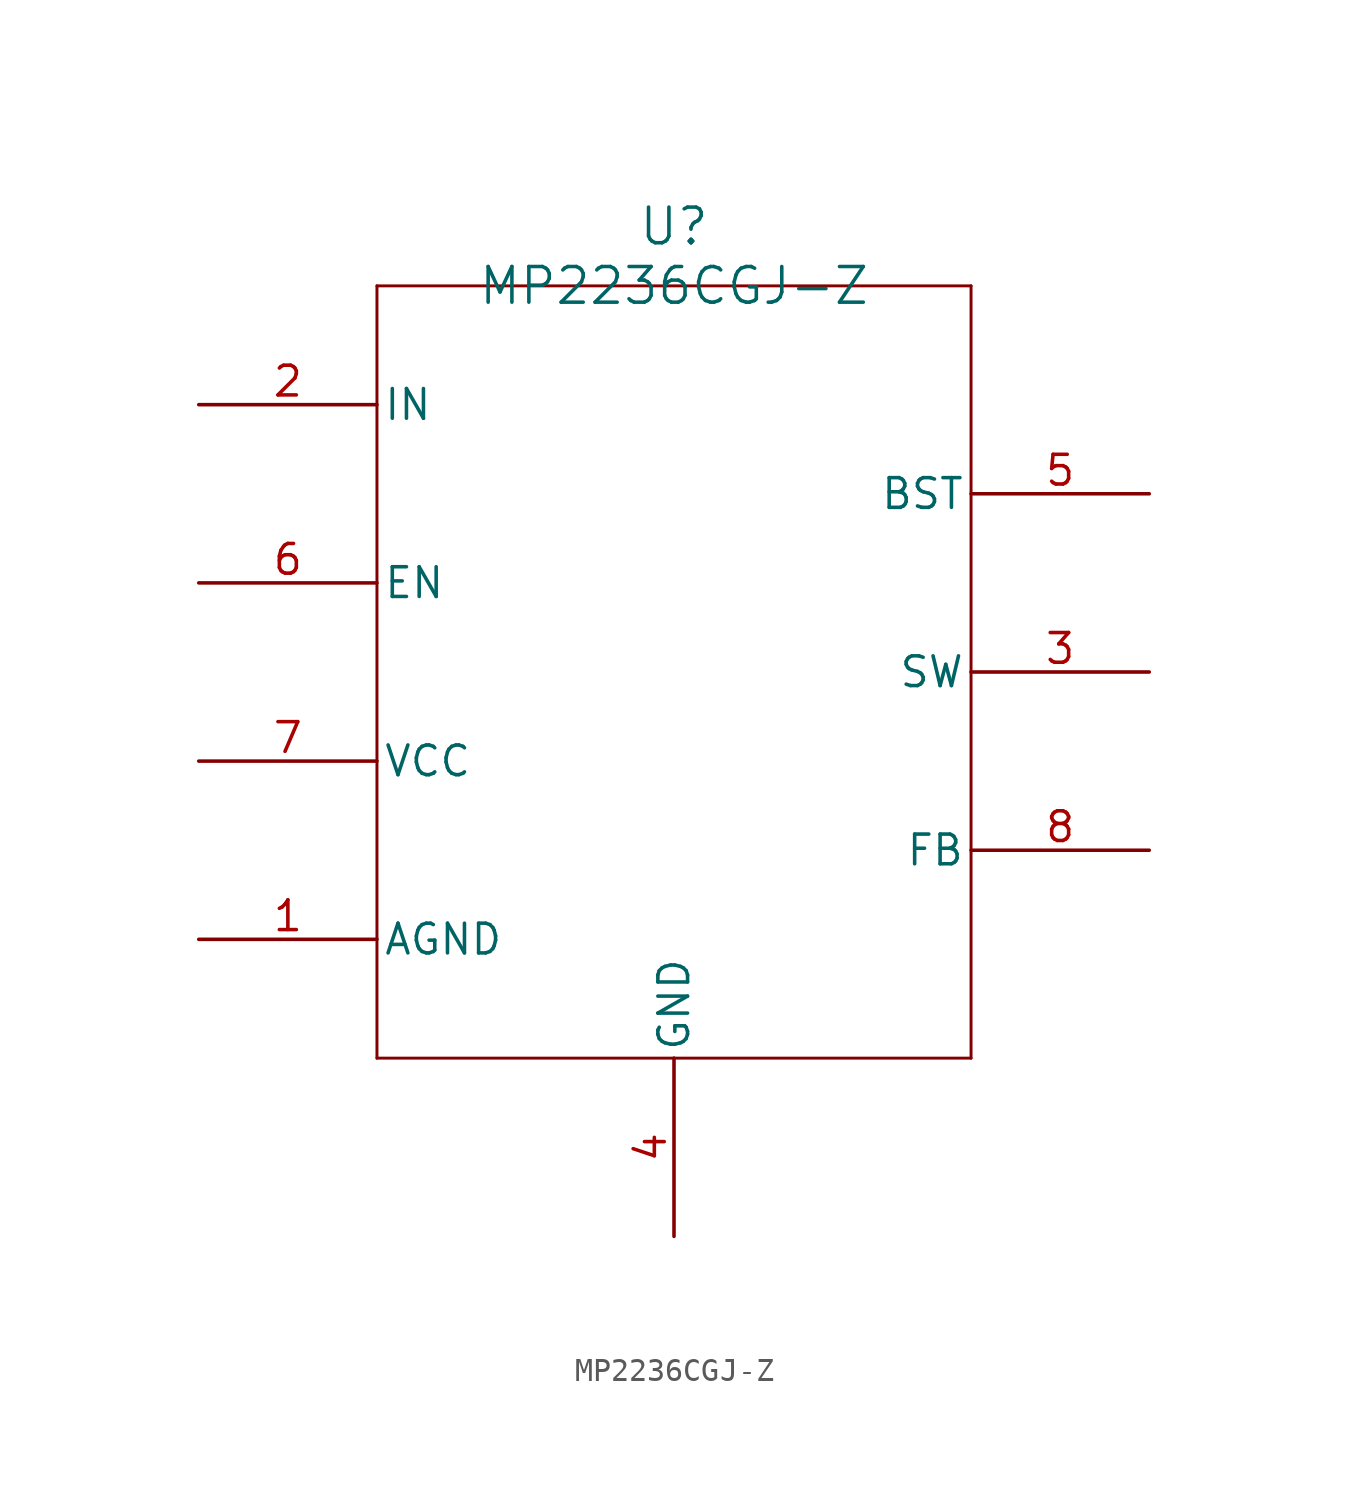
<source format=kicad_sym>
(kicad_symbol_lib
  (version 20231120)
  (generator "kicad_symbol_editor")
  (generator_version "8.0")
  (symbol "MP2236CGJ-Z"
    (pin_names
      (offset 0.254))
    (property "Reference" "U"
      (at 20.32 10.16 0)
      (effects (font (size 1.524 1.524))))
    (property "Value" "MP2236CGJ-Z"
      (at 20.32 7.62 0)
      (effects (font (size 1.524 1.524))))
    (symbol "MP2236CGJ-Z_0_1"
      (polyline (pts (xy 7.62 -25.4) (xy 33.02 -25.4)) (stroke (width 0.127) (type default)) (fill (type none)))
      (polyline (pts (xy 7.62 7.62) (xy 7.62 -25.4)) (stroke (width 0.127) (type default)) (fill (type none)))
      (polyline (pts (xy 33.02 -25.4) (xy 33.02 7.62)) (stroke (width 0.127) (type default)) (fill (type none)))
      (polyline (pts (xy 33.02 7.62) (xy 7.62 7.62)) (stroke (width 0.127) (type default)) (fill (type none)))
      (pin power_in line (at 0 -20.32 0) (length 7.62) (name "AGND" (effects (font (size 1.27 1.27)))) (number "1" (effects (font (size 1.27 1.27)))))
      (pin power_in line (at 0 2.54 0) (length 7.62) (name "IN" (effects (font (size 1.27 1.27)))) (number "2" (effects (font (size 1.27 1.27)))))
      (pin power_in line (at 40.64 -8.89 180) (length 7.62) (name "SW" (effects (font (size 1.27 1.27)))) (number "3" (effects (font (size 1.27 1.27)))))
      (pin power_in line (at 20.32 -33.02 90) (length 7.62) (name "GND" (effects (font (size 1.27 1.27)))) (number "4" (effects (font (size 1.27 1.27)))))
      (pin power_in line (at 40.64 -1.27 180) (length 7.62) (name "BST" (effects (font (size 1.27 1.27)))) (number "5" (effects (font (size 1.27 1.27)))))
      (pin input line (at 0 -5.08 0) (length 7.62) (name "EN" (effects (font (size 1.27 1.27)))) (number "6" (effects (font (size 1.27 1.27)))))
      (pin power_in line (at 0 -12.7 0) (length 7.62) (name "VCC" (effects (font (size 1.27 1.27)))) (number "7" (effects (font (size 1.27 1.27))))))
    (symbol "MP2236CGJ-Z_1_1"
      (pin power_in line (at 40.64 -16.51 180) (length 7.62) (name "FB" (effects (font (size 1.27 1.27)))) (number "8" (effects (font (size 1.27 1.27))))))))
</source>
